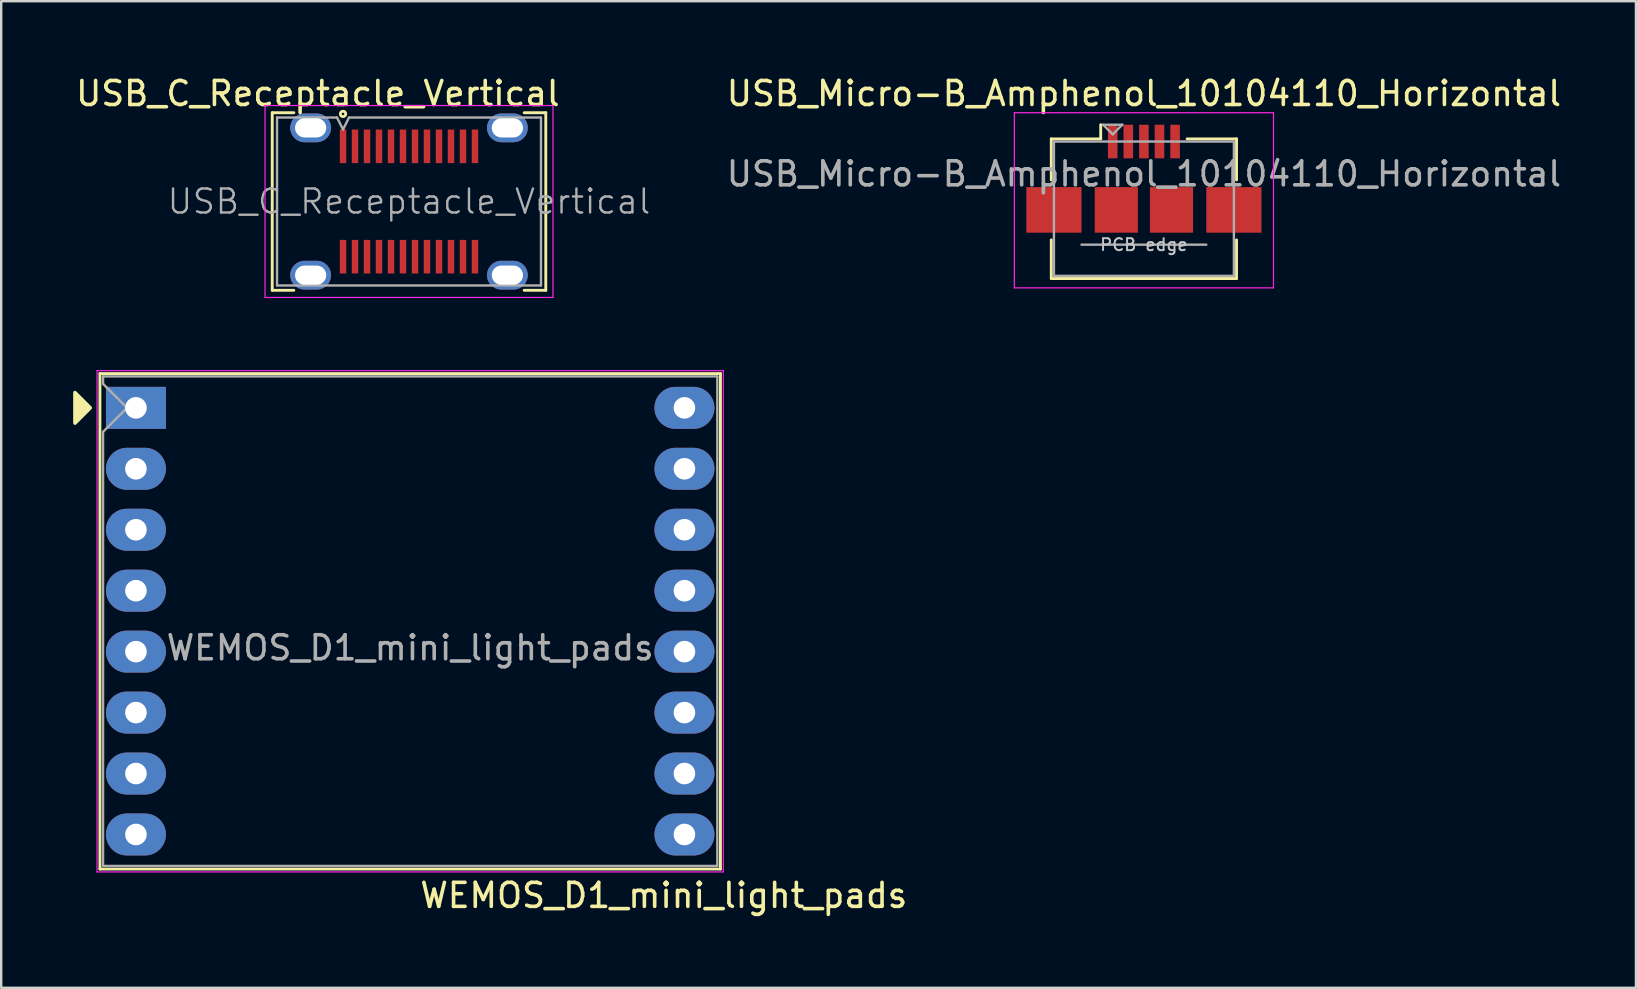
<source format=kicad_pcb>
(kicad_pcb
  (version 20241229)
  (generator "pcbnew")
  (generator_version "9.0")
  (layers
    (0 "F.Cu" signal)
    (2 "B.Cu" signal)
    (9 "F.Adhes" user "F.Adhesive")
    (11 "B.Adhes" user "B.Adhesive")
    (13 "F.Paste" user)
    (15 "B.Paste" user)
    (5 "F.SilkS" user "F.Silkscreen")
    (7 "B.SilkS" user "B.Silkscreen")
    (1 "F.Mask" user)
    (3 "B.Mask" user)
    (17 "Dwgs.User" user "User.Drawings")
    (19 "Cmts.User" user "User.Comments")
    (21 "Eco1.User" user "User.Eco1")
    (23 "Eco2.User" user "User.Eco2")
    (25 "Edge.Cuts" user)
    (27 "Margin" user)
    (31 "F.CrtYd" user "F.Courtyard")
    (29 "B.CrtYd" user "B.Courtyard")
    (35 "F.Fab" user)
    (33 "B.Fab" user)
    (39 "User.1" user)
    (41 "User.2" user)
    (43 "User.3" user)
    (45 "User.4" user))
  (footprint "USB_C_Receptacle_Vertical"
    (layer "F.Cu")
    (at 13.996 5.348)
    (property "Reference" "USB_C_Receptacle_Vertical" (at -3.8 -4.5 0) (layer "F.SilkS") (effects (font (size 1 1) (thickness 0.15))))
    (attr smd)
    (fp_line (start -5.7 -3.7) (end -5.7 3.7) (stroke (width 0.12) (type solid)) (layer "F.SilkS"))
    (fp_line (start -5.7 -3.7) (end -4.8 -3.7) (stroke (width 0.12) (type solid)) (layer "F.SilkS"))
    (fp_line (start -5.7 3.7) (end -4.8 3.7) (stroke (width 0.12) (type solid)) (layer "F.SilkS"))
    (fp_line (start 4.8 -3.7) (end 5.7 -3.7) (stroke (width 0.12) (type solid)) (layer "F.SilkS"))
    (fp_line (start 4.8 3.7) (end 5.7 3.7) (stroke (width 0.12) (type solid)) (layer "F.SilkS"))
    (fp_line (start 5.7 -3.7) (end 5.7 3.7) (stroke (width 0.12) (type solid)) (layer "F.SilkS"))
    (fp_circle (center -2.75 -3.65) (end -2.638 -3.65) (stroke (width 0.12) (type solid)) (fill no) (layer "F.SilkS"))
    (fp_line (start -6 -4) (end 6 -4) (stroke (width 0.05) (type solid)) (layer "F.CrtYd"))
    (fp_line (start -6 4) (end -6 -4) (stroke (width 0.05) (type solid)) (layer "F.CrtYd"))
    (fp_line (start 6 -4) (end 6 4) (stroke (width 0.05) (type solid)) (layer "F.CrtYd"))
    (fp_line (start 6 4) (end -6 4) (stroke (width 0.05) (type solid)) (layer "F.CrtYd"))
    (fp_line (start -5.5 -3.5) (end -3 -3.5) (stroke (width 0.1) (type solid)) (layer "F.Fab"))
    (fp_line (start -5.5 3.5) (end -5.5 -3.5) (stroke (width 0.1) (type solid)) (layer "F.Fab"))
    (fp_line (start -5.5 3.5) (end 5.5 3.5) (stroke (width 0.1) (type solid)) (layer "F.Fab"))
    (fp_line (start -3 -3.5) (end -2.75 -3) (stroke (width 0.1) (type solid)) (layer "F.Fab"))
    (fp_line (start -2.75 -3) (end -2.5 -3.5) (stroke (width 0.1) (type solid)) (layer "F.Fab"))
    (fp_line (start 5.5 -3.5) (end -2.5 -3.5) (stroke (width 0.1) (type solid)) (layer "F.Fab"))
    (fp_line (start 5.5 3.5) (end 5.5 -3.5) (stroke (width 0.1) (type solid)) (layer "F.Fab"))
    (fp_text user "${REFERENCE}" (at 0 0 0) (layer "F.Fab") (effects (font (size 1 1) (thickness 0.1))))
    (pad "A1" smd rect (at -2.75 -2.3) (size 0.27 1.4) (layers "F.Cu" "F.Mask" "F.Paste"))
    (pad "A2" smd rect (at -2.25 -2.3) (size 0.27 1.4) (layers "F.Cu" "F.Mask" "F.Paste"))
    (pad "A3" smd rect (at -1.75 -2.3) (size 0.27 1.4) (layers "F.Cu" "F.Mask" "F.Paste"))
    (pad "A4" smd rect (at -1.25 -2.3) (size 0.27 1.4) (layers "F.Cu" "F.Mask" "F.Paste"))
    (pad "A5" smd rect (at -0.75 -2.3) (size 0.27 1.4) (layers "F.Cu" "F.Mask" "F.Paste"))
    (pad "A6" smd rect (at -0.25 -2.3) (size 0.27 1.4) (layers "F.Cu" "F.Mask" "F.Paste"))
    (pad "A7" smd rect (at 0.25 -2.3) (size 0.27 1.4) (layers "F.Cu" "F.Mask" "F.Paste"))
    (pad "A8" smd rect (at 0.75 -2.3) (size 0.27 1.4) (layers "F.Cu" "F.Mask" "F.Paste"))
    (pad "A9" smd rect (at 1.25 -2.3) (size 0.27 1.4) (layers "F.Cu" "F.Mask" "F.Paste"))
    (pad "A10" smd rect (at 1.75 -2.3) (size 0.27 1.4) (layers "F.Cu" "F.Mask" "F.Paste"))
    (pad "A11" smd rect (at 2.25 -2.3) (size 0.27 1.4) (layers "F.Cu" "F.Mask" "F.Paste"))
    (pad "A12" smd rect (at 2.75 -2.3) (size 0.27 1.4) (layers "F.Cu" "F.Mask" "F.Paste"))
    (pad "B1" smd rect (at 2.75 2.3) (size 0.27 1.4) (layers "F.Cu" "F.Mask" "F.Paste"))
    (pad "B2" smd rect (at 2.25 2.3) (size 0.27 1.4) (layers "F.Cu" "F.Mask" "F.Paste"))
    (pad "B3" smd rect (at 1.75 2.3) (size 0.27 1.4) (layers "F.Cu" "F.Mask" "F.Paste"))
    (pad "B4" smd rect (at 1.25 2.3) (size 0.27 1.4) (layers "F.Cu" "F.Mask" "F.Paste"))
    (pad "B5" smd rect (at 0.75 2.3) (size 0.27 1.4) (layers "F.Cu" "F.Mask" "F.Paste"))
    (pad "B6" smd rect (at 0.25 2.3) (size 0.27 1.4) (layers "F.Cu" "F.Mask" "F.Paste"))
    (pad "B7" smd rect (at -0.25 2.3) (size 0.27 1.4) (layers "F.Cu" "F.Mask" "F.Paste"))
    (pad "B8" smd rect (at -0.75 2.3) (size 0.27 1.4) (layers "F.Cu" "F.Mask" "F.Paste"))
    (pad "B9" smd rect (at -1.25 2.3) (size 0.27 1.4) (layers "F.Cu" "F.Mask" "F.Paste"))
    (pad "B10" smd rect (at -1.75 2.3) (size 0.27 1.4) (layers "F.Cu" "F.Mask" "F.Paste"))
    (pad "B11" smd rect (at -2.25 2.3) (size 0.27 1.4) (layers "F.Cu" "F.Mask" "F.Paste"))
    (pad "B12" smd rect (at -2.75 2.3) (size 0.27 1.4) (layers "F.Cu" "F.Mask" "F.Paste"))
    (pad "S1" thru_hole oval (at -4.1 -3.07 90) (size 1.2 1.7) (drill oval 0.8 1.3) (layers "*.Cu" "*.Mask"))
    (pad "S1" thru_hole oval (at -4.1 3.07 90) (size 1.2 1.7) (drill oval 0.8 1.3) (layers "*.Cu" "*.Mask"))
    (pad "S1" thru_hole oval (at 4.1 -3.07 90) (size 1.2 1.7) (drill oval 0.8 1.3) (layers "*.Cu" "*.Mask"))
    (pad "S1" thru_hole oval (at 4.1 3.07 90) (size 1.2 1.7) (drill oval 0.8 1.3) (layers "*.Cu" "*.Mask")))
  (footprint "WEMOS_D1_mini_light_pads"
    (layer "F.Cu")
    (at 2.615 13.948)
    (property "Reference" "WEMOS_D1_mini_light_pads" (at 22 20.32 0) (layer "F.SilkS") (effects (font (size 1 1) (thickness 0.15))))
    (attr through_hole)
    (fp_line (start -1.5 19.22) (end -1.5 -1.43) (stroke (width 0.12) (type solid)) (layer "F.SilkS"))
    (fp_line (start -1.5 19.22) (end 24.36 19.22) (stroke (width 0.12) (type solid)) (layer "F.SilkS"))
    (fp_line (start 24.36 -1.43) (end -1.5 -1.43) (stroke (width 0.12) (type solid)) (layer "F.SilkS"))
    (fp_line (start 24.36 19.22) (end 24.36 -1.43) (stroke (width 0.12) (type solid)) (layer "F.SilkS"))
    (fp_poly (pts (xy -2.54 -0.635) (xy -2.54 0.635) (xy -1.905 0)) (stroke (width 0.15) (type solid)) (fill yes) (layer "F.SilkS"))
    (fp_line (start -1.62 -1.55) (end 24.48 -1.55) (stroke (width 0.05) (type solid)) (layer "F.CrtYd"))
    (fp_line (start -1.62 19.34) (end -1.62 -1.55) (stroke (width 0.05) (type solid)) (layer "F.CrtYd"))
    (fp_line (start 24.48 -1.55) (end 24.48 19.34) (stroke (width 0.05) (type solid)) (layer "F.CrtYd"))
    (fp_line (start 24.48 19.34) (end -1.62 19.34) (stroke (width 0.05) (type solid)) (layer "F.CrtYd"))
    (fp_line (start -1.37 -1.31) (end -1.37 -1) (stroke (width 0.1) (type solid)) (layer "F.Fab"))
    (fp_line (start -1.37 1) (end -1.37 19.09) (stroke (width 0.1) (type solid)) (layer "F.Fab"))
    (fp_line (start -1.37 1) (end -0.37 0) (stroke (width 0.1) (type solid)) (layer "F.Fab"))
    (fp_line (start -1.37 19.09) (end 24.23 19.09) (stroke (width 0.1) (type solid)) (layer "F.Fab"))
    (fp_line (start -0.37 0) (end -1.37 -1) (stroke (width 0.1) (type solid)) (layer "F.Fab"))
    (fp_line (start 24.23 -1.31) (end -1.37 -1.31) (stroke (width 0.1) (type solid)) (layer "F.Fab"))
    (fp_line (start 24.23 19.09) (end 24.23 -1.31) (stroke (width 0.1) (type solid)) (layer "F.Fab"))
    (fp_text user "${REFERENCE}" (at 11.43 10 0) (layer "F.Fab") (effects (font (size 1 1) (thickness 0.15))))
    (pad "1" thru_hole rect (at 0 0) (size 2.5 1.75) (drill 0.9) (layers "*.Cu" "*.Mask"))
    (pad "2" thru_hole oval (at 0 2.54) (size 2.5 1.75) (drill 0.9) (layers "*.Cu" "*.Mask"))
    (pad "3" thru_hole oval (at 0 5.08) (size 2.5 1.75) (drill 0.9) (layers "*.Cu" "*.Mask"))
    (pad "4" thru_hole oval (at 0 7.62) (size 2.5 1.75) (drill 0.9) (layers "*.Cu" "*.Mask"))
    (pad "5" thru_hole oval (at 0 10.16) (size 2.5 1.75) (drill 0.9) (layers "*.Cu" "*.Mask"))
    (pad "6" thru_hole oval (at 0 12.7) (size 2.5 1.75) (drill 0.9) (layers "*.Cu" "*.Mask"))
    (pad "7" thru_hole oval (at 0 15.24) (size 2.5 1.75) (drill 0.9) (layers "*.Cu" "*.Mask"))
    (pad "8" thru_hole oval (at 0 17.78) (size 2.5 1.75) (drill 0.9) (layers "*.Cu" "*.Mask"))
    (pad "9" thru_hole oval (at 22.86 17.78) (size 2.5 1.75) (drill 0.9) (layers "*.Cu" "*.Mask"))
    (pad "10" thru_hole oval (at 22.86 15.24) (size 2.5 1.75) (drill 0.9) (layers "*.Cu" "*.Mask"))
    (pad "11" thru_hole oval (at 22.86 12.7) (size 2.5 1.75) (drill 0.9) (layers "*.Cu" "*.Mask"))
    (pad "12" thru_hole oval (at 22.86 10.16) (size 2.5 1.75) (drill 0.9) (layers "*.Cu" "*.Mask"))
    (pad "13" thru_hole oval (at 22.86 7.62) (size 2.5 1.75) (drill 0.9) (layers "*.Cu" "*.Mask"))
    (pad "14" thru_hole oval (at 22.86 5.08) (size 2.5 1.75) (drill 0.9) (layers "*.Cu" "*.Mask"))
    (pad "15" thru_hole oval (at 22.86 2.54) (size 2.5 1.75) (drill 0.9) (layers "*.Cu" "*.Mask"))
    (pad "16" thru_hole oval (at 22.86 0) (size 2.5 1.75) (drill 0.9) (layers "*.Cu" "*.Mask")))
  (footprint "USB_Micro-B_Amphenol_10104110_Horizontal"
    (layer "F.Cu")
    (at 44.624 4.398)
    (property "Reference" "USB_Micro-B_Amphenol_10104110_Horizontal" (at 0 -3.55 0) (layer "F.SilkS") (effects (font (size 1 1) (thickness 0.15))))
    (attr smd)
    (fp_line (start -3.86 -1.66) (end -1.8 -1.66) (stroke (width 0.12) (type solid)) (layer "F.SilkS"))
    (fp_line (start -3.86 0.05) (end -3.86 -1.66) (stroke (width 0.12) (type solid)) (layer "F.SilkS"))
    (fp_line (start -3.86 4.16) (end -3.86 2.55) (stroke (width 0.12) (type solid)) (layer "F.SilkS"))
    (fp_line (start -3.86 4.16) (end 3.86 4.16) (stroke (width 0.12) (type solid)) (layer "F.SilkS"))
    (fp_line (start -1.8 -1.66) (end -1.8 -2.25) (stroke (width 0.12) (type solid)) (layer "F.SilkS"))
    (fp_line (start 3.86 -1.66) (end 1.8 -1.66) (stroke (width 0.12) (type solid)) (layer "F.SilkS"))
    (fp_line (start 3.86 0.05) (end 3.86 -1.66) (stroke (width 0.12) (type solid)) (layer "F.SilkS"))
    (fp_line (start 3.86 4.16) (end 3.86 2.55) (stroke (width 0.12) (type solid)) (layer "F.SilkS"))
    (fp_line (start -5.4 -2.75) (end -5.4 4.55) (stroke (width 0.05) (type solid)) (layer "F.CrtYd"))
    (fp_line (start -5.4 4.55) (end 5.4 4.55) (stroke (width 0.05) (type solid)) (layer "F.CrtYd"))
    (fp_line (start 5.4 -2.75) (end -5.4 -2.75) (stroke (width 0.05) (type solid)) (layer "F.CrtYd"))
    (fp_line (start 5.4 4.55) (end 5.4 -2.75) (stroke (width 0.05) (type solid)) (layer "F.CrtYd"))
    (fp_line (start -3.75 -1.55) (end 3.75 -1.55) (stroke (width 0.1) (type solid)) (layer "F.Fab"))
    (fp_line (start -3.75 4.05) (end -3.75 -1.55) (stroke (width 0.1) (type solid)) (layer "F.Fab"))
    (fp_line (start -2.6 2.75) (end 2.6 2.75) (stroke (width 0.1) (type solid)) (layer "F.Fab"))
    (fp_line (start -1.7 -2.25) (end -1.3 -1.85) (stroke (width 0.1) (type solid)) (layer "F.Fab"))
    (fp_line (start -1.3 -1.85) (end -0.9 -2.25) (stroke (width 0.1) (type solid)) (layer "F.Fab"))
    (fp_line (start -0.9 -2.25) (end -1.7 -2.25) (stroke (width 0.1) (type solid)) (layer "F.Fab"))
    (fp_line (start 3.75 -1.55) (end 3.75 4.05) (stroke (width 0.1) (type solid)) (layer "F.Fab"))
    (fp_line (start 3.75 4.05) (end -3.75 4.05) (stroke (width 0.1) (type solid)) (layer "F.Fab"))
    (fp_text user "PCB edge" (at 0 2.75 0) (layer "Dwgs.User") (effects (font (size 0.5 0.5) (thickness 0.08))))
    (fp_text user "${REFERENCE}" (at 0 -0.2 0) (layer "F.Fab") (effects (font (size 1 1) (thickness 0.15))))
    (pad "1" smd rect (at -1.3 -1.55) (size 0.4 1.4) (layers "F.Cu" "F.Mask" "F.Paste"))
    (pad "2" smd rect (at -0.65 -1.55) (size 0.4 1.4) (layers "F.Cu" "F.Mask" "F.Paste"))
    (pad "3" smd rect (at 0 -1.55) (size 0.4 1.4) (layers "F.Cu" "F.Mask" "F.Paste"))
    (pad "4" smd rect (at 0.65 -1.55) (size 0.4 1.4) (layers "F.Cu" "F.Mask" "F.Paste"))
    (pad "5" smd rect (at 1.3 -1.55) (size 0.4 1.4) (layers "F.Cu" "F.Mask" "F.Paste"))
    (pad "6" smd rect (at -3.75 1.3) (size 2.3 1.9) (layers "F.Cu" "F.Mask" "F.Paste"))
    (pad "6" smd rect (at -1.15 1.3) (size 1.8 1.9) (layers "F.Cu" "F.Mask" "F.Paste"))
    (pad "6" smd rect (at 1.15 1.3) (size 1.8 1.9) (layers "F.Cu" "F.Mask" "F.Paste"))
    (pad "6" smd rect (at 3.75 1.3) (size 2.3 1.9) (layers "F.Cu" "F.Mask" "F.Paste")))
  (gr_rect
    (start -3 -3)
    (end 65.13 38.117)
    (stroke (width 0.1) (type default))
    (fill no)
    (layer "Edge.Cuts")))
</source>
